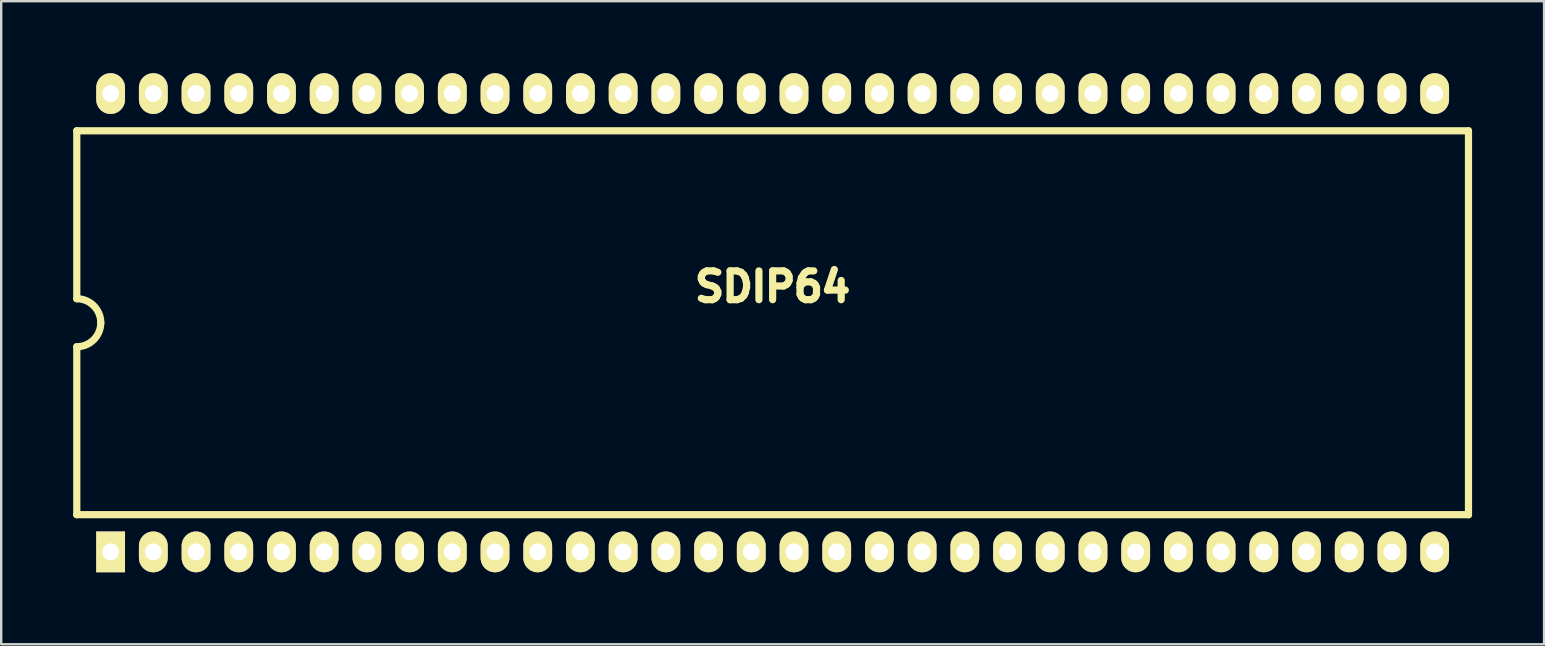
<source format=kicad_pcb>
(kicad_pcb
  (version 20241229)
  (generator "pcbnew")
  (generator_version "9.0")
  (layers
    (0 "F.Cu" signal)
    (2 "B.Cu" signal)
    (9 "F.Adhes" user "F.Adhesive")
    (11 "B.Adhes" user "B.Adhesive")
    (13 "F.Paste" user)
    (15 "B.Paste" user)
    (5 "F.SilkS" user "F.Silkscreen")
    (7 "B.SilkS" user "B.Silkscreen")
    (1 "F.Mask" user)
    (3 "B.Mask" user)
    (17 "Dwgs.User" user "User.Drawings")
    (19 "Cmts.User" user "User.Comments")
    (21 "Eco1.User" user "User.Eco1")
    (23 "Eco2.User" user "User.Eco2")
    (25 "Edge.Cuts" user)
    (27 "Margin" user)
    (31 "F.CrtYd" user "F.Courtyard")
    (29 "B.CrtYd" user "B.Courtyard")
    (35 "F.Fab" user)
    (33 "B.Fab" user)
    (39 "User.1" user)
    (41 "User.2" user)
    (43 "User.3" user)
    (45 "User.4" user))
  (footprint "SDIP64"
    (layer "F.Cu")
    (at 29.15 10.4)
    (property "Reference" "SDIP64" (at 0 -1.5 0) (layer "F.SilkS") (effects (font (size 1.2 1.2) (thickness 0.3))))
    (fp_line (start -29 -8) (end -29 -1) (stroke (width 0.3) (type solid)) (layer "F.SilkS"))
    (fp_line (start -29 1) (end -29 8) (stroke (width 0.3) (type solid)) (layer "F.SilkS"))
    (fp_line (start -29 8) (end 29 8) (stroke (width 0.3) (type solid)) (layer "F.SilkS"))
    (fp_line (start 29 -8) (end -29 -8) (stroke (width 0.3) (type solid)) (layer "F.SilkS"))
    (fp_line (start 29 8) (end 29 -8) (stroke (width 0.3) (type solid)) (layer "F.SilkS"))
    (fp_arc (start -29 -1) (mid -28.292893 -0.707107) (end -28 0) (stroke (width 0.3) (type solid)) (layer "F.SilkS"))
    (fp_arc (start -28 0) (mid -28.292893 0.707107) (end -29 1) (stroke (width 0.3) (type solid)) (layer "F.SilkS"))
    (pad "1" thru_hole rect (at -27.59 9.55) (size 1.2 1.7) (drill 0.7) (layers "*.Cu" "*.Mask" "F.SilkS"))
    (pad "2" thru_hole oval (at -25.81 9.55) (size 1.2 1.7) (drill 0.7) (layers "*.Cu" "*.Mask" "F.SilkS"))
    (pad "3" thru_hole oval (at -24.03 9.55) (size 1.2 1.7) (drill 0.7) (layers "*.Cu" "*.Mask" "F.SilkS"))
    (pad "4" thru_hole oval (at -22.25 9.55) (size 1.2 1.7) (drill 0.7) (layers "*.Cu" "*.Mask" "F.SilkS"))
    (pad "5" thru_hole oval (at -20.47 9.55) (size 1.2 1.7) (drill 0.7) (layers "*.Cu" "*.Mask" "F.SilkS"))
    (pad "6" thru_hole oval (at -18.69 9.55) (size 1.2 1.7) (drill 0.7) (layers "*.Cu" "*.Mask" "F.SilkS"))
    (pad "7" thru_hole oval (at -16.91 9.55) (size 1.2 1.7) (drill 0.7) (layers "*.Cu" "*.Mask" "F.SilkS"))
    (pad "8" thru_hole oval (at -15.13 9.55) (size 1.2 1.7) (drill 0.7) (layers "*.Cu" "*.Mask" "F.SilkS"))
    (pad "9" thru_hole oval (at -13.35 9.55) (size 1.2 1.7) (drill 0.7) (layers "*.Cu" "*.Mask" "F.SilkS"))
    (pad "10" thru_hole oval (at -11.57 9.55) (size 1.2 1.7) (drill 0.7) (layers "*.Cu" "*.Mask" "F.SilkS"))
    (pad "11" thru_hole oval (at -9.79 9.55) (size 1.2 1.7) (drill 0.7) (layers "*.Cu" "*.Mask" "F.SilkS"))
    (pad "12" thru_hole oval (at -8.01 9.55) (size 1.2 1.7) (drill 0.7) (layers "*.Cu" "*.Mask" "F.SilkS"))
    (pad "13" thru_hole oval (at -6.23 9.55) (size 1.2 1.7) (drill 0.7) (layers "*.Cu" "*.Mask" "F.SilkS"))
    (pad "14" thru_hole oval (at -4.45 9.55) (size 1.2 1.7) (drill 0.7) (layers "*.Cu" "*.Mask" "F.SilkS"))
    (pad "15" thru_hole oval (at -2.67 9.55) (size 1.2 1.7) (drill 0.7) (layers "*.Cu" "*.Mask" "F.SilkS"))
    (pad "16" thru_hole oval (at -0.89 9.55) (size 1.2 1.7) (drill 0.7) (layers "*.Cu" "*.Mask" "F.SilkS"))
    (pad "17" thru_hole oval (at 0.89 9.55) (size 1.2 1.7) (drill 0.7) (layers "*.Cu" "*.Mask" "F.SilkS"))
    (pad "18" thru_hole oval (at 2.67 9.55) (size 1.2 1.7) (drill 0.7) (layers "*.Cu" "*.Mask" "F.SilkS"))
    (pad "19" thru_hole oval (at 4.45 9.55) (size 1.2 1.7) (drill 0.7) (layers "*.Cu" "*.Mask" "F.SilkS"))
    (pad "20" thru_hole oval (at 6.23 9.55) (size 1.2 1.7) (drill 0.7) (layers "*.Cu" "*.Mask" "F.SilkS"))
    (pad "21" thru_hole oval (at 8.01 9.55) (size 1.2 1.7) (drill 0.7) (layers "*.Cu" "*.Mask" "F.SilkS"))
    (pad "22" thru_hole oval (at 9.79 9.55) (size 1.2 1.7) (drill 0.7) (layers "*.Cu" "*.Mask" "F.SilkS"))
    (pad "23" thru_hole oval (at 11.57 9.55) (size 1.2 1.7) (drill 0.7) (layers "*.Cu" "*.Mask" "F.SilkS"))
    (pad "24" thru_hole oval (at 13.35 9.55) (size 1.2 1.7) (drill 0.7) (layers "*.Cu" "*.Mask" "F.SilkS"))
    (pad "25" thru_hole oval (at 15.13 9.55) (size 1.2 1.7) (drill 0.7) (layers "*.Cu" "*.Mask" "F.SilkS"))
    (pad "26" thru_hole oval (at 16.91 9.55) (size 1.2 1.7) (drill 0.7) (layers "*.Cu" "*.Mask" "F.SilkS"))
    (pad "27" thru_hole oval (at 18.69 9.55) (size 1.2 1.7) (drill 0.7) (layers "*.Cu" "*.Mask" "F.SilkS"))
    (pad "28" thru_hole oval (at 20.47 9.55) (size 1.2 1.7) (drill 0.7) (layers "*.Cu" "*.Mask" "F.SilkS"))
    (pad "29" thru_hole oval (at 22.25 9.55) (size 1.2 1.7) (drill 0.7) (layers "*.Cu" "*.Mask" "F.SilkS"))
    (pad "30" thru_hole oval (at 24.03 9.55) (size 1.2 1.7) (drill 0.7) (layers "*.Cu" "*.Mask" "F.SilkS"))
    (pad "31" thru_hole oval (at 25.81 9.55) (size 1.2 1.7) (drill 0.7) (layers "*.Cu" "*.Mask" "F.SilkS"))
    (pad "32" thru_hole oval (at 27.59 9.55) (size 1.2 1.7) (drill 0.7) (layers "*.Cu" "*.Mask" "F.SilkS"))
    (pad "33" thru_hole oval (at 27.59 -9.55) (size 1.2 1.7) (drill 0.7) (layers "*.Cu" "*.Mask" "F.SilkS"))
    (pad "34" thru_hole oval (at 25.81 -9.55) (size 1.2 1.7) (drill 0.7) (layers "*.Cu" "*.Mask" "F.SilkS"))
    (pad "35" thru_hole oval (at 24.03 -9.55) (size 1.2 1.7) (drill 0.7) (layers "*.Cu" "*.Mask" "F.SilkS"))
    (pad "36" thru_hole oval (at 22.25 -9.55) (size 1.2 1.7) (drill 0.7) (layers "*.Cu" "*.Mask" "F.SilkS"))
    (pad "37" thru_hole oval (at 20.47 -9.55) (size 1.2 1.7) (drill 0.7) (layers "*.Cu" "*.Mask" "F.SilkS"))
    (pad "38" thru_hole oval (at 18.69 -9.55) (size 1.2 1.7) (drill 0.7) (layers "*.Cu" "*.Mask" "F.SilkS"))
    (pad "39" thru_hole oval (at 16.91 -9.55) (size 1.2 1.7) (drill 0.7) (layers "*.Cu" "*.Mask" "F.SilkS"))
    (pad "40" thru_hole oval (at 15.13 -9.55) (size 1.2 1.7) (drill 0.7) (layers "*.Cu" "*.Mask" "F.SilkS"))
    (pad "41" thru_hole oval (at 13.35 -9.55) (size 1.2 1.7) (drill 0.7) (layers "*.Cu" "*.Mask" "F.SilkS"))
    (pad "42" thru_hole oval (at 11.57 -9.55) (size 1.2 1.7) (drill 0.7) (layers "*.Cu" "*.Mask" "F.SilkS"))
    (pad "43" thru_hole oval (at 9.79 -9.55) (size 1.2 1.7) (drill 0.7) (layers "*.Cu" "*.Mask" "F.SilkS"))
    (pad "44" thru_hole oval (at 8.01 -9.55) (size 1.2 1.7) (drill 0.7) (layers "*.Cu" "*.Mask" "F.SilkS"))
    (pad "45" thru_hole oval (at 6.23 -9.55) (size 1.2 1.7) (drill 0.7) (layers "*.Cu" "*.Mask" "F.SilkS"))
    (pad "46" thru_hole oval (at 4.45 -9.55) (size 1.2 1.7) (drill 0.7) (layers "*.Cu" "*.Mask" "F.SilkS"))
    (pad "47" thru_hole oval (at 2.67 -9.55) (size 1.2 1.7) (drill 0.7) (layers "*.Cu" "*.Mask" "F.SilkS"))
    (pad "48" thru_hole oval (at 0.89 -9.55) (size 1.2 1.7) (drill 0.7) (layers "*.Cu" "*.Mask" "F.SilkS"))
    (pad "49" thru_hole oval (at -0.89 -9.55) (size 1.2 1.7) (drill 0.7) (layers "*.Cu" "*.Mask" "F.SilkS"))
    (pad "50" thru_hole oval (at -2.67 -9.55) (size 1.2 1.7) (drill 0.7) (layers "*.Cu" "*.Mask" "F.SilkS"))
    (pad "51" thru_hole oval (at -4.45 -9.55) (size 1.2 1.7) (drill 0.7) (layers "*.Cu" "*.Mask" "F.SilkS"))
    (pad "52" thru_hole oval (at -6.23 -9.55) (size 1.2 1.7) (drill 0.7) (layers "*.Cu" "*.Mask" "F.SilkS"))
    (pad "53" thru_hole oval (at -8.01 -9.55) (size 1.2 1.7) (drill 0.7) (layers "*.Cu" "*.Mask" "F.SilkS"))
    (pad "54" thru_hole oval (at -9.79 -9.55) (size 1.2 1.7) (drill 0.7) (layers "*.Cu" "*.Mask" "F.SilkS"))
    (pad "55" thru_hole oval (at -11.57 -9.55) (size 1.2 1.7) (drill 0.7) (layers "*.Cu" "*.Mask" "F.SilkS"))
    (pad "56" thru_hole oval (at -13.35 -9.55) (size 1.2 1.7) (drill 0.7) (layers "*.Cu" "*.Mask" "F.SilkS"))
    (pad "57" thru_hole oval (at -15.13 -9.55) (size 1.2 1.7) (drill 0.7) (layers "*.Cu" "*.Mask" "F.SilkS"))
    (pad "58" thru_hole oval (at -16.91 -9.55) (size 1.2 1.7) (drill 0.7) (layers "*.Cu" "*.Mask" "F.SilkS"))
    (pad "59" thru_hole oval (at -18.69 -9.55) (size 1.2 1.7) (drill 0.7) (layers "*.Cu" "*.Mask" "F.SilkS"))
    (pad "60" thru_hole oval (at -20.47 -9.55) (size 1.2 1.7) (drill 0.7) (layers "*.Cu" "*.Mask" "F.SilkS"))
    (pad "61" thru_hole oval (at -22.25 -9.55) (size 1.2 1.7) (drill 0.7) (layers "*.Cu" "*.Mask" "F.SilkS"))
    (pad "62" thru_hole oval (at -24.03 -9.55) (size 1.2 1.7) (drill 0.7) (layers "*.Cu" "*.Mask" "F.SilkS"))
    (pad "63" thru_hole oval (at -25.81 -9.55) (size 1.2 1.7) (drill 0.7) (layers "*.Cu" "*.Mask" "F.SilkS"))
    (pad "64" thru_hole oval (at -27.59 -9.55) (size 1.2 1.7) (drill 0.7) (layers "*.Cu" "*.Mask" "F.SilkS")))
  (gr_rect
    (start -3 -3)
    (end 61.3 23.801)
    (stroke (width 0.1) (type default))
    (fill no)
    (layer "Edge.Cuts")))
</source>
